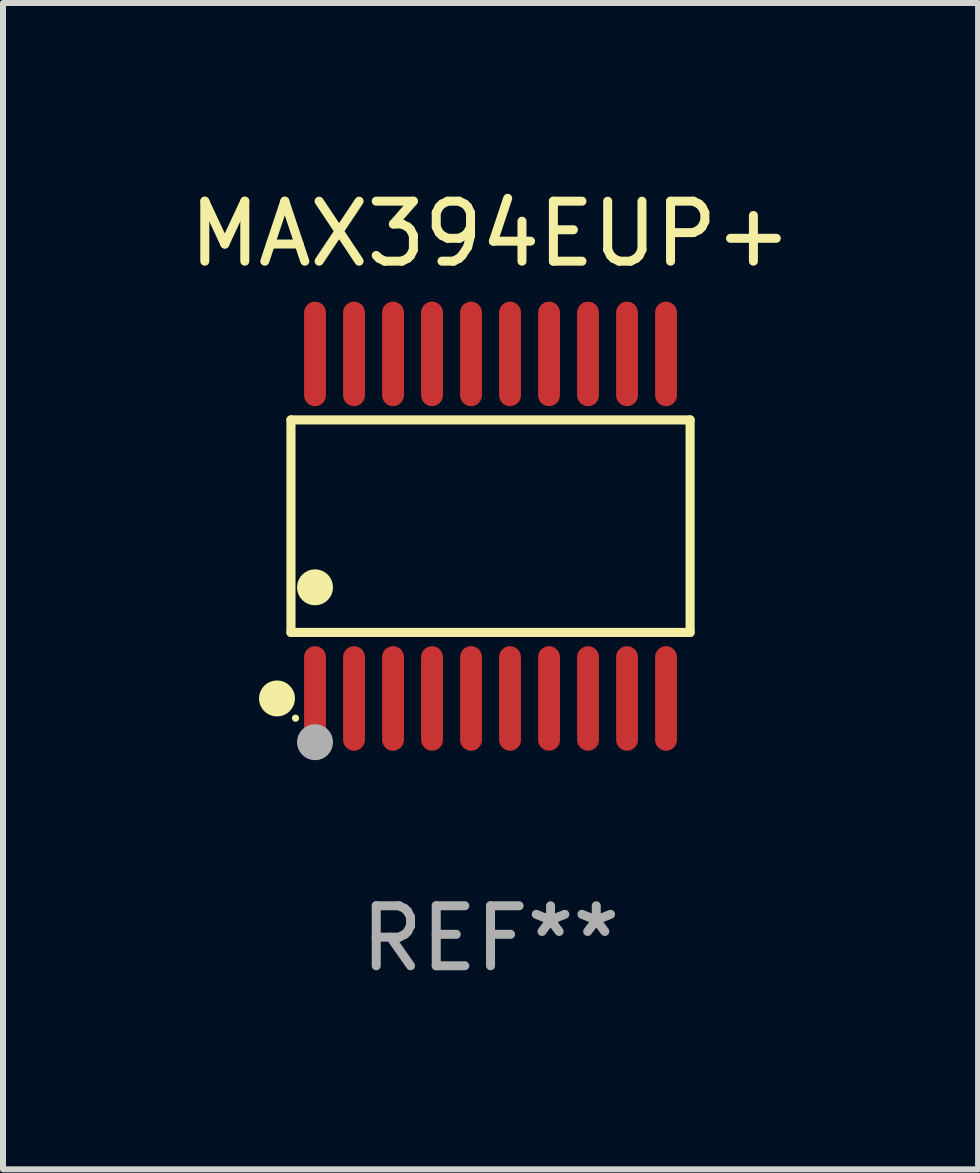
<source format=kicad_pcb>
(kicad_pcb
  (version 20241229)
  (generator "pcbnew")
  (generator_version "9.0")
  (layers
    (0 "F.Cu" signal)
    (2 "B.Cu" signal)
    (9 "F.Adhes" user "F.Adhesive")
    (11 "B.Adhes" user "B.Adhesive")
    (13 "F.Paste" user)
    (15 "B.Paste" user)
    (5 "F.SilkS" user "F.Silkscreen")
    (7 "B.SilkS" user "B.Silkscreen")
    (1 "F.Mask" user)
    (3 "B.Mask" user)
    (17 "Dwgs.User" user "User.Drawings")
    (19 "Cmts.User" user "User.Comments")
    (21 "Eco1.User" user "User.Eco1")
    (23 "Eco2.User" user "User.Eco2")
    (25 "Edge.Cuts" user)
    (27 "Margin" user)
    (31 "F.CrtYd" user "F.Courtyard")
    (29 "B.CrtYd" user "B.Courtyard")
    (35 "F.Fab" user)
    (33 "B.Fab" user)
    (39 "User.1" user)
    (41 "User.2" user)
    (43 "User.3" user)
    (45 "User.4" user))
  (footprint "MAX394EUP+"
    (layer "F.Cu")
    (at 5.125 5.719)
    (property "Reference" "MAX394EUP+" (at 0 -4.871 0) (layer "F.SilkS") (effects (font (size 1 1) (thickness 0.15))))
    (attr through_hole)
    (fp_line (start -3.326 -1.771) (end 3.326 -1.771) (stroke (width 0.152) (type solid)) (layer "F.SilkS"))
    (fp_line (start -3.326 1.771) (end -3.326 -1.771) (stroke (width 0.152) (type solid)) (layer "F.SilkS"))
    (fp_line (start 3.326 -1.771) (end 3.326 1.771) (stroke (width 0.152) (type solid)) (layer "F.SilkS"))
    (fp_line (start 3.326 1.771) (end -3.326 1.771) (stroke (width 0.152) (type solid)) (layer "F.SilkS"))
    (fp_circle (center -3.559 2.871) (end -3.409 2.871) (stroke (width 0.3) (type solid)) (fill no) (layer "F.SilkS"))
    (fp_circle (center -3.25 3.2) (end -3.22 3.2) (stroke (width 0.06) (type solid)) (fill no) (layer "F.SilkS"))
    (fp_circle (center -2.925 1.019) (end -2.775 1.019) (stroke (width 0.3) (type solid)) (fill no) (layer "F.SilkS"))
    (fp_circle (center -2.925 3.6) (end -2.775 3.6) (stroke (width 0.3) (type solid)) (fill no) (layer "F.Fab"))
    (fp_text user "REF**" (at 0 6.871 0) (layer "F.Fab") (effects (font (size 1 1) (thickness 0.15))))
    (pad "1" smd oval (at -2.925 2.871) (size 0.364 1.742) (layers "F.Cu" "F.Mask" "F.Paste"))
    (pad "2" smd oval (at -2.275 2.871) (size 0.364 1.742) (layers "F.Cu" "F.Mask" "F.Paste"))
    (pad "3" smd oval (at -1.625 2.871) (size 0.364 1.742) (layers "F.Cu" "F.Mask" "F.Paste"))
    (pad "4" smd oval (at -0.975 2.871) (size 0.364 1.742) (layers "F.Cu" "F.Mask" "F.Paste"))
    (pad "5" smd oval (at -0.325 2.871) (size 0.364 1.742) (layers "F.Cu" "F.Mask" "F.Paste"))
    (pad "6" smd oval (at 0.325 2.871) (size 0.364 1.742) (layers "F.Cu" "F.Mask" "F.Paste"))
    (pad "7" smd oval (at 0.975 2.871) (size 0.364 1.742) (layers "F.Cu" "F.Mask" "F.Paste"))
    (pad "8" smd oval (at 1.625 2.871) (size 0.364 1.742) (layers "F.Cu" "F.Mask" "F.Paste"))
    (pad "9" smd oval (at 2.275 2.871) (size 0.364 1.742) (layers "F.Cu" "F.Mask" "F.Paste"))
    (pad "10" smd oval (at 2.925 2.871) (size 0.364 1.742) (layers "F.Cu" "F.Mask" "F.Paste"))
    (pad "11" smd oval (at 2.925 -2.871) (size 0.364 1.742) (layers "F.Cu" "F.Mask" "F.Paste"))
    (pad "12" smd oval (at 2.275 -2.871) (size 0.364 1.742) (layers "F.Cu" "F.Mask" "F.Paste"))
    (pad "13" smd oval (at 1.625 -2.871) (size 0.364 1.742) (layers "F.Cu" "F.Mask" "F.Paste"))
    (pad "14" smd oval (at 0.975 -2.871) (size 0.364 1.742) (layers "F.Cu" "F.Mask" "F.Paste"))
    (pad "15" smd oval (at 0.325 -2.871) (size 0.364 1.742) (layers "F.Cu" "F.Mask" "F.Paste"))
    (pad "16" smd oval (at -0.325 -2.871) (size 0.364 1.742) (layers "F.Cu" "F.Mask" "F.Paste"))
    (pad "17" smd oval (at -0.975 -2.871) (size 0.364 1.742) (layers "F.Cu" "F.Mask" "F.Paste"))
    (pad "18" smd oval (at -1.625 -2.871) (size 0.364 1.742) (layers "F.Cu" "F.Mask" "F.Paste"))
    (pad "19" smd oval (at -2.275 -2.871) (size 0.364 1.742) (layers "F.Cu" "F.Mask" "F.Paste"))
    (pad "20" smd oval (at -2.925 -2.871) (size 0.364 1.742) (layers "F.Cu" "F.Mask" "F.Paste")))
  (gr_rect
    (start -3 -3)
    (end 13.25 16.438)
    (stroke (width 0.1) (type default))
    (fill no)
    (layer "Edge.Cuts")))
</source>
